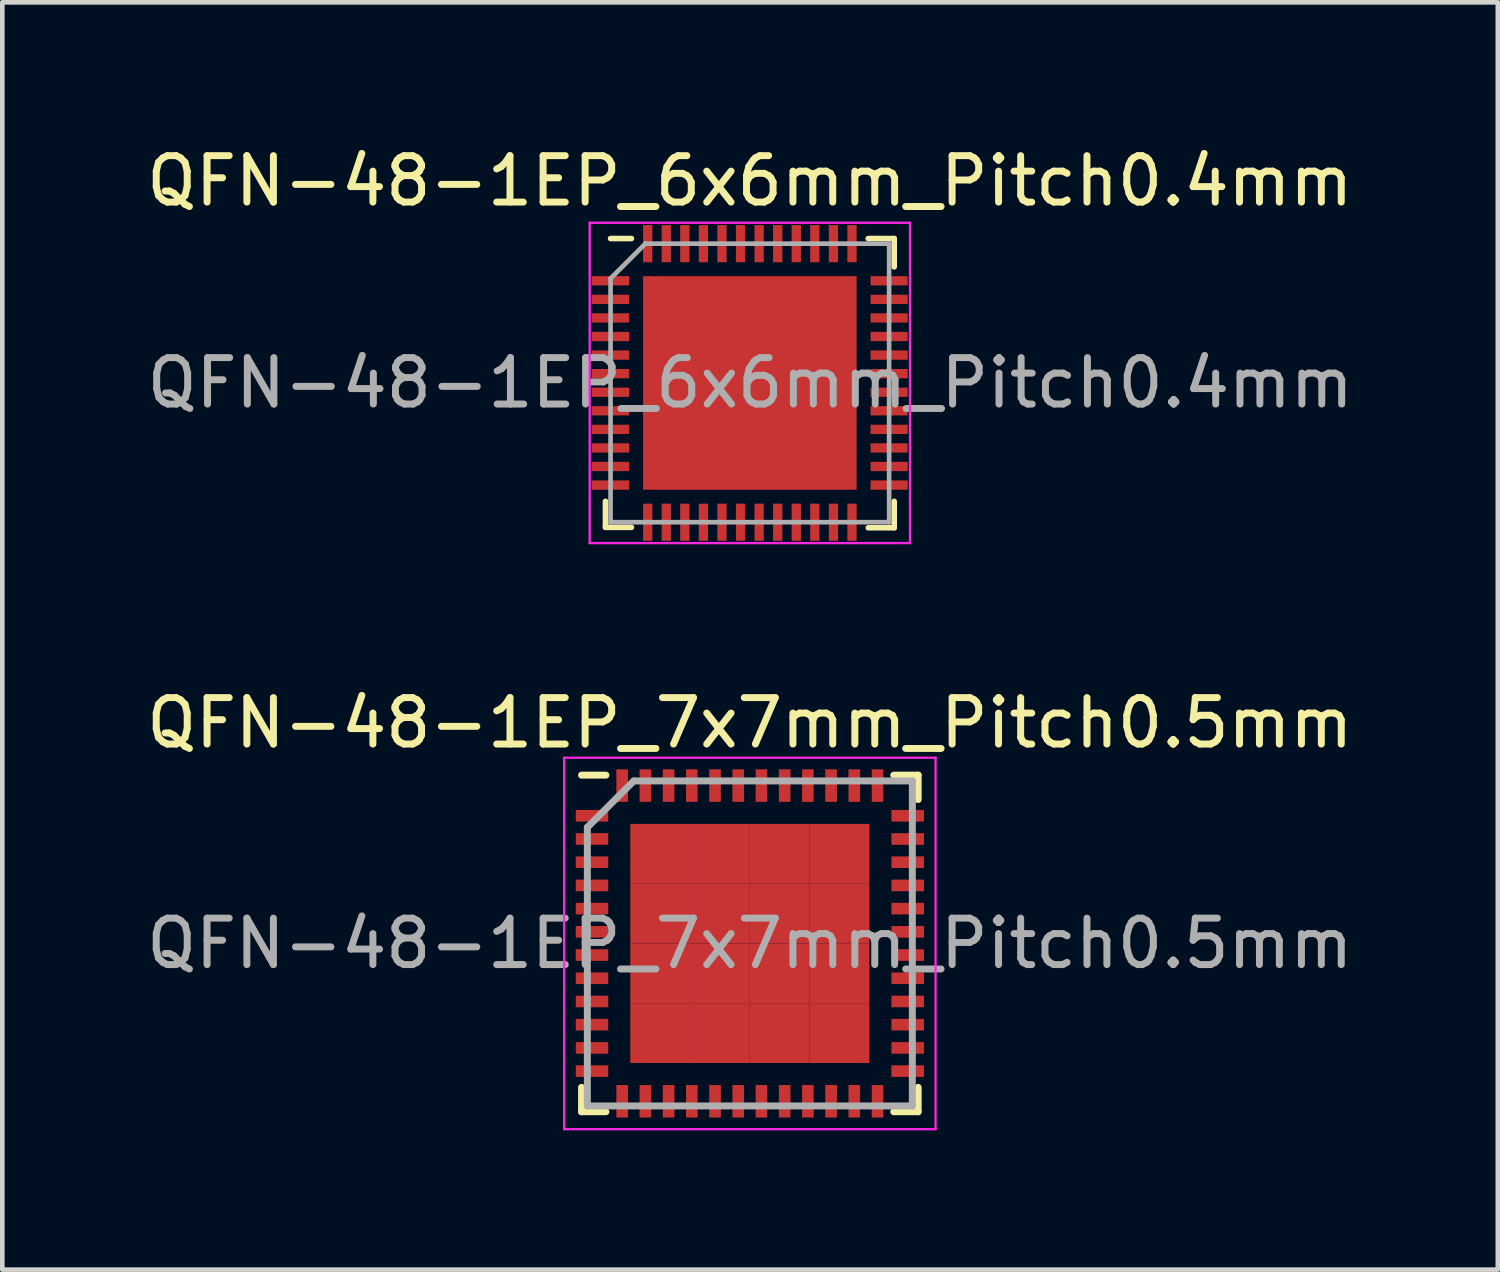
<source format=kicad_pcb>
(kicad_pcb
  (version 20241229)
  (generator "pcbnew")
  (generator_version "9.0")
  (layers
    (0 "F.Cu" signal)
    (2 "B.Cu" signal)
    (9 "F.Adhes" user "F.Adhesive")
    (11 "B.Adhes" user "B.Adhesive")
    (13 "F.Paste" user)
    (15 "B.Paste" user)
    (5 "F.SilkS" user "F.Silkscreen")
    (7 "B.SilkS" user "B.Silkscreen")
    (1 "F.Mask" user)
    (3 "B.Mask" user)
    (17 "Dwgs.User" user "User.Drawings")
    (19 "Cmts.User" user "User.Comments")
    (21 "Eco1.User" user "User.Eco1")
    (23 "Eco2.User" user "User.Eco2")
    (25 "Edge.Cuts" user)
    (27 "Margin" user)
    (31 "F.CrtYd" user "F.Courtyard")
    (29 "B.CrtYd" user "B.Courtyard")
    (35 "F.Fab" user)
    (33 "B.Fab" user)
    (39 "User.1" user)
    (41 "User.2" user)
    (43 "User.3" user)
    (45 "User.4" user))
  (footprint "QFN-48-1EP_6x6mm_Pitch0.4mm"
    (layer "F.Cu")
    (at 13.101 5.198)
    (property "Reference" "QFN-48-1EP_6x6mm_Pitch0.4mm" (at 0 -4.35 0) (layer "F.SilkS") (effects (font (size 1 1) (thickness 0.15))))
    (attr smd)
    (fp_line (start -3.11 3.11) (end -3.11 2.55) (stroke (width 0.12) (type solid)) (layer "F.SilkS"))
    (fp_line (start -3 -3.11) (end -2.55 -3.11) (stroke (width 0.12) (type solid)) (layer "F.SilkS"))
    (fp_line (start -2.55 3.11) (end -3.11 3.11) (stroke (width 0.12) (type solid)) (layer "F.SilkS"))
    (fp_line (start 2.55 -3.11) (end 3.11 -3.11) (stroke (width 0.12) (type solid)) (layer "F.SilkS"))
    (fp_line (start 2.55 3.12) (end 3.11 3.12) (stroke (width 0.12) (type solid)) (layer "F.SilkS"))
    (fp_line (start 3.11 -3.11) (end 3.11 -3.1) (stroke (width 0.12) (type solid)) (layer "F.SilkS"))
    (fp_line (start 3.11 -2.5) (end 3.11 -3.09) (stroke (width 0.12) (type solid)) (layer "F.SilkS"))
    (fp_line (start 3.11 3.12) (end 3.11 2.55) (stroke (width 0.12) (type solid)) (layer "F.SilkS"))
    (fp_line (start -3.45 -3.45) (end -3.45 3.45) (stroke (width 0.05) (type solid)) (layer "F.CrtYd"))
    (fp_line (start -3.45 3.45) (end 3.45 3.45) (stroke (width 0.05) (type solid)) (layer "F.CrtYd"))
    (fp_line (start 3.45 -3.45) (end -3.45 -3.45) (stroke (width 0.05) (type solid)) (layer "F.CrtYd"))
    (fp_line (start 3.45 3.45) (end 3.45 -3.45) (stroke (width 0.05) (type solid)) (layer "F.CrtYd"))
    (fp_line (start -3 3) (end -3 -2.25) (stroke (width 0.1) (type solid)) (layer "F.Fab"))
    (fp_line (start -2.25 -3) (end -3 -2.25) (stroke (width 0.1) (type solid)) (layer "F.Fab"))
    (fp_line (start 3 -3) (end -2.25 -3) (stroke (width 0.1) (type solid)) (layer "F.Fab"))
    (fp_line (start 3 -3) (end 3 3) (stroke (width 0.1) (type solid)) (layer "F.Fab"))
    (fp_line (start 3 3) (end -3 3) (stroke (width 0.1) (type solid)) (layer "F.Fab"))
    (fp_text user "${REFERENCE}" (at 0.01 0 0) (layer "F.Fab") (effects (font (size 1 1) (thickness 0.15))))
    (pad "" smd rect (at -1.12 -1.12) (size 1.58 1.58) (layers "F.Paste"))
    (pad "" smd rect (at -1.12 1.13) (size 1.58 1.58) (layers "F.Paste"))
    (pad "" smd rect (at 1.12 -1.13) (size 1.58 1.58) (layers "F.Paste"))
    (pad "" smd rect (at 1.12 1.13) (size 1.58 1.58) (layers "F.Paste"))
    (pad "1" smd rect (at -3 -2.2) (size 0.8 0.2) (layers "F.Cu" "F.Mask" "F.Paste"))
    (pad "2" smd rect (at -3 -1.8) (size 0.8 0.2) (layers "F.Cu" "F.Mask" "F.Paste"))
    (pad "3" smd rect (at -3 -1.4) (size 0.8 0.2) (layers "F.Cu" "F.Mask" "F.Paste"))
    (pad "4" smd rect (at -3 -1) (size 0.8 0.2) (layers "F.Cu" "F.Mask" "F.Paste"))
    (pad "5" smd rect (at -3 -0.6) (size 0.8 0.2) (layers "F.Cu" "F.Mask" "F.Paste"))
    (pad "6" smd rect (at -3 -0.2) (size 0.8 0.2) (layers "F.Cu" "F.Mask" "F.Paste"))
    (pad "7" smd rect (at -3 0.2) (size 0.8 0.2) (layers "F.Cu" "F.Mask" "F.Paste"))
    (pad "8" smd rect (at -3 0.6) (size 0.8 0.2) (layers "F.Cu" "F.Mask" "F.Paste"))
    (pad "9" smd rect (at -3 1) (size 0.8 0.2) (layers "F.Cu" "F.Mask" "F.Paste"))
    (pad "10" smd rect (at -3 1.4) (size 0.8 0.2) (layers "F.Cu" "F.Mask" "F.Paste"))
    (pad "11" smd rect (at -3 1.8) (size 0.8 0.2) (layers "F.Cu" "F.Mask" "F.Paste"))
    (pad "12" smd rect (at -3 2.2) (size 0.8 0.2) (layers "F.Cu" "F.Mask" "F.Paste"))
    (pad "13" smd rect (at -2.2 3) (size 0.2 0.8) (layers "F.Cu" "F.Mask" "F.Paste"))
    (pad "14" smd rect (at -1.8 3) (size 0.2 0.8) (layers "F.Cu" "F.Mask" "F.Paste"))
    (pad "15" smd rect (at -1.4 3) (size 0.2 0.8) (layers "F.Cu" "F.Mask" "F.Paste"))
    (pad "16" smd rect (at -1 3) (size 0.2 0.8) (layers "F.Cu" "F.Mask" "F.Paste"))
    (pad "17" smd rect (at -0.6 3) (size 0.2 0.8) (layers "F.Cu" "F.Mask" "F.Paste"))
    (pad "18" smd rect (at -0.2 3) (size 0.2 0.8) (layers "F.Cu" "F.Mask" "F.Paste"))
    (pad "19" smd rect (at 0.2 3) (size 0.2 0.8) (layers "F.Cu" "F.Mask" "F.Paste"))
    (pad "20" smd rect (at 0.6 3) (size 0.2 0.8) (layers "F.Cu" "F.Mask" "F.Paste"))
    (pad "21" smd rect (at 1 3) (size 0.2 0.8) (layers "F.Cu" "F.Mask" "F.Paste"))
    (pad "22" smd rect (at 1.4 3) (size 0.2 0.8) (layers "F.Cu" "F.Mask" "F.Paste"))
    (pad "23" smd rect (at 1.8 3) (size 0.2 0.8) (layers "F.Cu" "F.Mask" "F.Paste"))
    (pad "24" smd rect (at 2.2 3) (size 0.2 0.8) (layers "F.Cu" "F.Mask" "F.Paste"))
    (pad "25" smd rect (at 3 2.2) (size 0.8 0.2) (layers "F.Cu" "F.Mask" "F.Paste"))
    (pad "26" smd rect (at 3 1.8) (size 0.8 0.2) (layers "F.Cu" "F.Mask" "F.Paste"))
    (pad "27" smd rect (at 3 1.4) (size 0.8 0.2) (layers "F.Cu" "F.Mask" "F.Paste"))
    (pad "28" smd rect (at 3 1) (size 0.8 0.2) (layers "F.Cu" "F.Mask" "F.Paste"))
    (pad "29" smd rect (at 3 0.6) (size 0.8 0.2) (layers "F.Cu" "F.Mask" "F.Paste"))
    (pad "30" smd rect (at 3 0.2) (size 0.8 0.2) (layers "F.Cu" "F.Mask" "F.Paste"))
    (pad "31" smd rect (at 3 -0.2) (size 0.8 0.2) (layers "F.Cu" "F.Mask" "F.Paste"))
    (pad "32" smd rect (at 3 -0.6) (size 0.8 0.2) (layers "F.Cu" "F.Mask" "F.Paste"))
    (pad "33" smd rect (at 3 -1) (size 0.8 0.2) (layers "F.Cu" "F.Mask" "F.Paste"))
    (pad "34" smd rect (at 3 -1.4) (size 0.8 0.2) (layers "F.Cu" "F.Mask" "F.Paste"))
    (pad "35" smd rect (at 3 -1.8) (size 0.8 0.2) (layers "F.Cu" "F.Mask" "F.Paste"))
    (pad "36" smd rect (at 3 -2.2) (size 0.8 0.2) (layers "F.Cu" "F.Mask" "F.Paste"))
    (pad "37" smd rect (at 2.2 -3) (size 0.2 0.8) (layers "F.Cu" "F.Mask" "F.Paste"))
    (pad "38" smd rect (at 1.8 -3) (size 0.2 0.8) (layers "F.Cu" "F.Mask" "F.Paste"))
    (pad "39" smd rect (at 1.4 -3) (size 0.2 0.8) (layers "F.Cu" "F.Mask" "F.Paste"))
    (pad "40" smd rect (at 1 -3) (size 0.2 0.8) (layers "F.Cu" "F.Mask" "F.Paste"))
    (pad "41" smd rect (at 0.6 -3) (size 0.2 0.8) (layers "F.Cu" "F.Mask" "F.Paste"))
    (pad "42" smd rect (at 0.2 -3) (size 0.2 0.8) (layers "F.Cu" "F.Mask" "F.Paste"))
    (pad "43" smd rect (at -0.2 -3) (size 0.2 0.8) (layers "F.Cu" "F.Mask" "F.Paste"))
    (pad "44" smd rect (at -0.6 -3) (size 0.2 0.8) (layers "F.Cu" "F.Mask" "F.Paste"))
    (pad "45" smd rect (at -1 -3) (size 0.2 0.8) (layers "F.Cu" "F.Mask" "F.Paste"))
    (pad "46" smd rect (at -1.4 -3) (size 0.2 0.8) (layers "F.Cu" "F.Mask" "F.Paste"))
    (pad "47" smd rect (at -1.8 -3) (size 0.2 0.8) (layers "F.Cu" "F.Mask" "F.Paste"))
    (pad "48" smd rect (at -2.2 -3) (size 0.2 0.8) (layers "F.Cu" "F.Mask" "F.Paste"))
    (pad "49" smd rect (at 0 0) (size 4.6 4.6) (layers "F.Cu" "F.Mask")))
  (footprint "QFN-48-1EP_7x7mm_Pitch0.5mm"
    (layer "F.Cu")
    (at 13.101 17.271)
    (property "Reference" "QFN-48-1EP_7x7mm_Pitch0.5mm" (at 0 -4.75 0) (layer "F.SilkS") (effects (font (size 1 1) (thickness 0.15))))
    (attr smd)
    (fp_line (start -3.625 -3.625) (end -3.1 -3.625) (stroke (width 0.15) (type solid)) (layer "F.SilkS"))
    (fp_line (start -3.625 3.625) (end -3.625 3.1) (stroke (width 0.15) (type solid)) (layer "F.SilkS"))
    (fp_line (start -3.625 3.625) (end -3.1 3.625) (stroke (width 0.15) (type solid)) (layer "F.SilkS"))
    (fp_line (start 3.625 -3.625) (end 3.1 -3.625) (stroke (width 0.15) (type solid)) (layer "F.SilkS"))
    (fp_line (start 3.625 -3.625) (end 3.625 -3.1) (stroke (width 0.15) (type solid)) (layer "F.SilkS"))
    (fp_line (start 3.625 3.625) (end 3.1 3.625) (stroke (width 0.15) (type solid)) (layer "F.SilkS"))
    (fp_line (start 3.625 3.625) (end 3.625 3.1) (stroke (width 0.15) (type solid)) (layer "F.SilkS"))
    (fp_line (start -4 -4) (end -4 4) (stroke (width 0.05) (type solid)) (layer "F.CrtYd"))
    (fp_line (start -4 -4) (end 4 -4) (stroke (width 0.05) (type solid)) (layer "F.CrtYd"))
    (fp_line (start -4 4) (end 4 4) (stroke (width 0.05) (type solid)) (layer "F.CrtYd"))
    (fp_line (start 4 -4) (end 4 4) (stroke (width 0.05) (type solid)) (layer "F.CrtYd"))
    (fp_line (start -3.5 -2.5) (end -2.5 -3.5) (stroke (width 0.15) (type solid)) (layer "F.Fab"))
    (fp_line (start -3.5 3.5) (end -3.5 -2.5) (stroke (width 0.15) (type solid)) (layer "F.Fab"))
    (fp_line (start -2.5 -3.5) (end 3.5 -3.5) (stroke (width 0.15) (type solid)) (layer "F.Fab"))
    (fp_line (start 3.5 -3.5) (end 3.5 3.5) (stroke (width 0.15) (type solid)) (layer "F.Fab"))
    (fp_line (start 3.5 3.5) (end -3.5 3.5) (stroke (width 0.15) (type solid)) (layer "F.Fab"))
    (fp_text user "${REFERENCE}" (at 0 0 0) (layer "F.Fab") (effects (font (size 1 1) (thickness 0.15))))
    (pad "1" smd rect (at -3.4 -2.75) (size 0.7 0.25) (layers "F.Cu" "F.Mask" "F.Paste"))
    (pad "2" smd rect (at -3.4 -2.25) (size 0.7 0.25) (layers "F.Cu" "F.Mask" "F.Paste"))
    (pad "3" smd rect (at -3.4 -1.75) (size 0.7 0.25) (layers "F.Cu" "F.Mask" "F.Paste"))
    (pad "4" smd rect (at -3.4 -1.25) (size 0.7 0.25) (layers "F.Cu" "F.Mask" "F.Paste"))
    (pad "5" smd rect (at -3.4 -0.75) (size 0.7 0.25) (layers "F.Cu" "F.Mask" "F.Paste"))
    (pad "6" smd rect (at -3.4 -0.25) (size 0.7 0.25) (layers "F.Cu" "F.Mask" "F.Paste"))
    (pad "7" smd rect (at -3.4 0.25) (size 0.7 0.25) (layers "F.Cu" "F.Mask" "F.Paste"))
    (pad "8" smd rect (at -3.4 0.75) (size 0.7 0.25) (layers "F.Cu" "F.Mask" "F.Paste"))
    (pad "9" smd rect (at -3.4 1.25) (size 0.7 0.25) (layers "F.Cu" "F.Mask" "F.Paste"))
    (pad "10" smd rect (at -3.4 1.75) (size 0.7 0.25) (layers "F.Cu" "F.Mask" "F.Paste"))
    (pad "11" smd rect (at -3.4 2.25) (size 0.7 0.25) (layers "F.Cu" "F.Mask" "F.Paste"))
    (pad "12" smd rect (at -3.4 2.75) (size 0.7 0.25) (layers "F.Cu" "F.Mask" "F.Paste"))
    (pad "13" smd rect (at -2.75 3.4 90) (size 0.7 0.25) (layers "F.Cu" "F.Mask" "F.Paste"))
    (pad "14" smd rect (at -2.25 3.4 90) (size 0.7 0.25) (layers "F.Cu" "F.Mask" "F.Paste"))
    (pad "15" smd rect (at -1.75 3.4 90) (size 0.7 0.25) (layers "F.Cu" "F.Mask" "F.Paste"))
    (pad "16" smd rect (at -1.25 3.4 90) (size 0.7 0.25) (layers "F.Cu" "F.Mask" "F.Paste"))
    (pad "17" smd rect (at -0.75 3.4 90) (size 0.7 0.25) (layers "F.Cu" "F.Mask" "F.Paste"))
    (pad "18" smd rect (at -0.25 3.4 90) (size 0.7 0.25) (layers "F.Cu" "F.Mask" "F.Paste"))
    (pad "19" smd rect (at 0.25 3.4 90) (size 0.7 0.25) (layers "F.Cu" "F.Mask" "F.Paste"))
    (pad "20" smd rect (at 0.75 3.4 90) (size 0.7 0.25) (layers "F.Cu" "F.Mask" "F.Paste"))
    (pad "21" smd rect (at 1.25 3.4 90) (size 0.7 0.25) (layers "F.Cu" "F.Mask" "F.Paste"))
    (pad "22" smd rect (at 1.75 3.4 90) (size 0.7 0.25) (layers "F.Cu" "F.Mask" "F.Paste"))
    (pad "23" smd rect (at 2.25 3.4 90) (size 0.7 0.25) (layers "F.Cu" "F.Mask" "F.Paste"))
    (pad "24" smd rect (at 2.75 3.4 90) (size 0.7 0.25) (layers "F.Cu" "F.Mask" "F.Paste"))
    (pad "25" smd rect (at 3.4 2.75) (size 0.7 0.25) (layers "F.Cu" "F.Mask" "F.Paste"))
    (pad "26" smd rect (at 3.4 2.25) (size 0.7 0.25) (layers "F.Cu" "F.Mask" "F.Paste"))
    (pad "27" smd rect (at 3.4 1.75) (size 0.7 0.25) (layers "F.Cu" "F.Mask" "F.Paste"))
    (pad "28" smd rect (at 3.4 1.25) (size 0.7 0.25) (layers "F.Cu" "F.Mask" "F.Paste"))
    (pad "29" smd rect (at 3.4 0.75) (size 0.7 0.25) (layers "F.Cu" "F.Mask" "F.Paste"))
    (pad "30" smd rect (at 3.4 0.25) (size 0.7 0.25) (layers "F.Cu" "F.Mask" "F.Paste"))
    (pad "31" smd rect (at 3.4 -0.25) (size 0.7 0.25) (layers "F.Cu" "F.Mask" "F.Paste"))
    (pad "32" smd rect (at 3.4 -0.75) (size 0.7 0.25) (layers "F.Cu" "F.Mask" "F.Paste"))
    (pad "33" smd rect (at 3.4 -1.25) (size 0.7 0.25) (layers "F.Cu" "F.Mask" "F.Paste"))
    (pad "34" smd rect (at 3.4 -1.75) (size 0.7 0.25) (layers "F.Cu" "F.Mask" "F.Paste"))
    (pad "35" smd rect (at 3.4 -2.25) (size 0.7 0.25) (layers "F.Cu" "F.Mask" "F.Paste"))
    (pad "36" smd rect (at 3.4 -2.75) (size 0.7 0.25) (layers "F.Cu" "F.Mask" "F.Paste"))
    (pad "37" smd rect (at 2.75 -3.4 90) (size 0.7 0.25) (layers "F.Cu" "F.Mask" "F.Paste"))
    (pad "38" smd rect (at 2.25 -3.4 90) (size 0.7 0.25) (layers "F.Cu" "F.Mask" "F.Paste"))
    (pad "39" smd rect (at 1.75 -3.4 90) (size 0.7 0.25) (layers "F.Cu" "F.Mask" "F.Paste"))
    (pad "40" smd rect (at 1.25 -3.4 90) (size 0.7 0.25) (layers "F.Cu" "F.Mask" "F.Paste"))
    (pad "41" smd rect (at 0.75 -3.4 90) (size 0.7 0.25) (layers "F.Cu" "F.Mask" "F.Paste"))
    (pad "42" smd rect (at 0.25 -3.4 90) (size 0.7 0.25) (layers "F.Cu" "F.Mask" "F.Paste"))
    (pad "43" smd rect (at -0.25 -3.4 90) (size 0.7 0.25) (layers "F.Cu" "F.Mask" "F.Paste"))
    (pad "44" smd rect (at -0.75 -3.4 90) (size 0.7 0.25) (layers "F.Cu" "F.Mask" "F.Paste"))
    (pad "45" smd rect (at -1.25 -3.4 90) (size 0.7 0.25) (layers "F.Cu" "F.Mask" "F.Paste"))
    (pad "46" smd rect (at -1.75 -3.4 90) (size 0.7 0.25) (layers "F.Cu" "F.Mask" "F.Paste"))
    (pad "47" smd rect (at -2.25 -3.4 90) (size 0.7 0.25) (layers "F.Cu" "F.Mask" "F.Paste"))
    (pad "48" smd rect (at -2.75 -3.4 90) (size 0.7 0.25) (layers "F.Cu" "F.Mask" "F.Paste"))
    (pad "49" smd rect (at -1.931 -1.931) (size 1.288 1.288) (layers "F.Cu" "F.Mask" "F.Paste"))
    (pad "49" smd rect (at -1.931 -0.644) (size 1.288 1.288) (layers "F.Cu" "F.Mask" "F.Paste"))
    (pad "49" smd rect (at -1.931 0.644) (size 1.288 1.288) (layers "F.Cu" "F.Mask" "F.Paste"))
    (pad "49" smd rect (at -1.931 1.931) (size 1.288 1.288) (layers "F.Cu" "F.Mask" "F.Paste"))
    (pad "49" smd rect (at -0.644 -1.931) (size 1.288 1.288) (layers "F.Cu" "F.Mask" "F.Paste"))
    (pad "49" smd rect (at -0.644 -0.644) (size 1.288 1.288) (layers "F.Cu" "F.Mask" "F.Paste"))
    (pad "49" smd rect (at -0.644 0.644) (size 1.288 1.288) (layers "F.Cu" "F.Mask" "F.Paste"))
    (pad "49" smd rect (at -0.644 1.931) (size 1.288 1.288) (layers "F.Cu" "F.Mask" "F.Paste"))
    (pad "49" smd rect (at 0.644 -1.931) (size 1.288 1.288) (layers "F.Cu" "F.Mask" "F.Paste"))
    (pad "49" smd rect (at 0.644 -0.644) (size 1.288 1.288) (layers "F.Cu" "F.Mask" "F.Paste"))
    (pad "49" smd rect (at 0.644 0.644) (size 1.288 1.288) (layers "F.Cu" "F.Mask" "F.Paste"))
    (pad "49" smd rect (at 0.644 1.931) (size 1.288 1.288) (layers "F.Cu" "F.Mask" "F.Paste"))
    (pad "49" smd rect (at 1.931 -1.931) (size 1.288 1.288) (layers "F.Cu" "F.Mask" "F.Paste"))
    (pad "49" smd rect (at 1.931 -0.644) (size 1.288 1.288) (layers "F.Cu" "F.Mask" "F.Paste"))
    (pad "49" smd rect (at 1.931 0.644) (size 1.288 1.288) (layers "F.Cu" "F.Mask" "F.Paste"))
    (pad "49" smd rect (at 1.931 1.931) (size 1.288 1.288) (layers "F.Cu" "F.Mask" "F.Paste")))
  (gr_rect
    (start -3 -3)
    (end 29.212 24.297)
    (stroke (width 0.1) (type default))
    (fill no)
    (layer "Edge.Cuts")))
</source>
